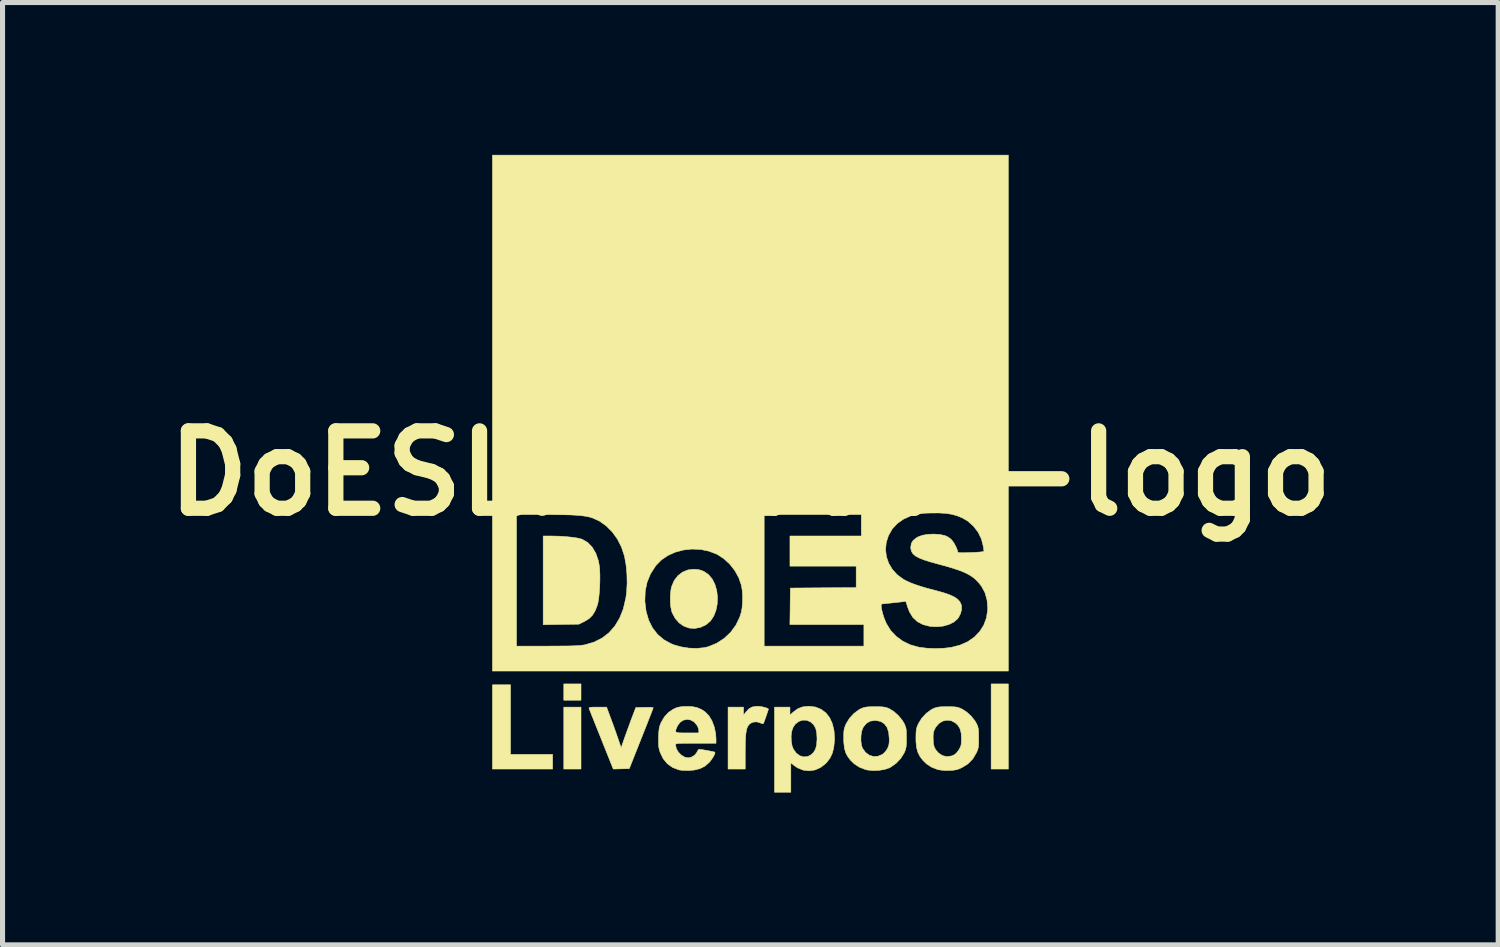
<source format=kicad_pcb>
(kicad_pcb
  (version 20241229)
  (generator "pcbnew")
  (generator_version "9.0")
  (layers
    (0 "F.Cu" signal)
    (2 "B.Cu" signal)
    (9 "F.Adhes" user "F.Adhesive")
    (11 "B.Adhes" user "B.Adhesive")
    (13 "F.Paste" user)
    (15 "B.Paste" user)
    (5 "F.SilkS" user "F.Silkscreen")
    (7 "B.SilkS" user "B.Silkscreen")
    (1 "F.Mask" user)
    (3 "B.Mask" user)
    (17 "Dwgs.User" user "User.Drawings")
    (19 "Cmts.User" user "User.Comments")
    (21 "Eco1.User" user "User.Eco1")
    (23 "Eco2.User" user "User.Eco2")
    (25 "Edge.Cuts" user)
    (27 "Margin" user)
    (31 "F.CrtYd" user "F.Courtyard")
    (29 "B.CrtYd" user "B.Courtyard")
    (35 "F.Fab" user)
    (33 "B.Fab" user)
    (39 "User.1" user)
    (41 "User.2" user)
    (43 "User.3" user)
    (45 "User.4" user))
  (footprint "DoESLiverpool-logo"
    (layer "F.Cu")
    (at 11.728 6.27)
    (property "Reference" "DoESLiverpool-logo" (at 0 0 0) (layer "F.SilkS") (effects (font (size 1.524 1.524) (thickness 0.3))))
    (attr through_hole)
    (fp_poly (pts (xy -3.336 4.47) (xy -3.675 4.47) (xy -3.675 4.149) (xy -3.336 4.149) (xy -3.336 4.47)) (stroke (width 0.01) (type solid)) (fill yes) (layer "F.SilkS"))
    (fp_poly (pts (xy -3.336 5.825) (xy -3.675 5.825) (xy -3.675 4.606) (xy -3.336 4.606) (xy -3.336 5.825)) (stroke (width 0.01) (type solid)) (fill yes) (layer "F.SilkS"))
    (fp_poly (pts (xy 5.08 5.825) (xy 4.741 5.825) (xy 4.741 4.149) (xy 5.08 4.149) (xy 5.08 5.825)) (stroke (width 0.01) (type solid)) (fill yes) (layer "F.SilkS"))
    (fp_poly (pts (xy -4.724 5.537) (xy -3.895 5.537) (xy -3.895 5.825) (xy -5.08 5.825) (xy -5.08 4.166) (xy -4.724 4.166) (xy -4.724 5.537)) (stroke (width 0.01) (type solid)) (fill yes) (layer "F.SilkS"))
    (fp_poly (pts (xy -3.924 1.236) (xy -3.773 1.239) (xy -3.631 1.248) (xy -3.506 1.261) (xy -3.401 1.277) (xy -3.323 1.297) (xy -3.304 1.305) (xy -3.2 1.367) (xy -3.114 1.458) (xy -3.045 1.575) (xy -2.996 1.716) (xy -2.977 1.812) (xy -2.968 1.895) (xy -2.964 1.999) (xy -2.964 2.116) (xy -2.968 2.237) (xy -2.976 2.355) (xy -2.987 2.461) (xy -3.001 2.547) (xy -3.012 2.592) (xy -3.056 2.706) (xy -3.108 2.793) (xy -3.174 2.86) (xy -3.258 2.913) (xy -3.265 2.916) (xy -3.377 2.972) (xy -4.081 2.983) (xy -4.081 1.236) (xy -3.924 1.236)) (stroke (width 0.01) (type solid)) (fill yes) (layer "F.SilkS"))
    (fp_poly (pts (xy -1.01 1.9) (xy -0.92 1.931) (xy -0.836 1.988) (xy -0.823 1.999) (xy -0.751 2.083) (xy -0.698 2.19) (xy -0.663 2.311) (xy -0.648 2.441) (xy -0.653 2.572) (xy -0.678 2.698) (xy -0.722 2.813) (xy -0.787 2.91) (xy -0.791 2.914) (xy -0.878 2.986) (xy -0.982 3.034) (xy -1.096 3.056) (xy -1.204 3.049) (xy -1.309 3.012) (xy -1.403 2.947) (xy -1.481 2.858) (xy -1.538 2.753) (xy -1.552 2.711) (xy -1.57 2.62) (xy -1.578 2.51) (xy -1.576 2.395) (xy -1.564 2.289) (xy -1.551 2.231) (xy -1.502 2.115) (xy -1.43 2.02) (xy -1.338 1.948) (xy -1.231 1.904) (xy -1.118 1.89) (xy -1.01 1.9)) (stroke (width 0.01) (type solid)) (fill yes) (layer "F.SilkS"))
    (fp_poly (pts (xy 0.192 4.593) (xy 0.25 4.603) (xy 0.302 4.617) (xy 0.341 4.632) (xy 0.356 4.645) (xy 0.35 4.663) (xy 0.337 4.703) (xy 0.319 4.757) (xy 0.299 4.815) (xy 0.28 4.867) (xy 0.266 4.905) (xy 0.263 4.914) (xy 0.251 4.933) (xy 0.232 4.933) (xy 0.202 4.919) (xy 0.13 4.896) (xy 0.057 4.9) (xy -0.005 4.928) (xy -0.006 4.929) (xy -0.035 4.958) (xy -0.058 4.997) (xy -0.076 5.049) (xy -0.088 5.12) (xy -0.096 5.212) (xy -0.1 5.329) (xy -0.102 5.476) (xy -0.102 5.481) (xy -0.102 5.825) (xy -0.44 5.825) (xy -0.44 4.606) (xy -0.135 4.606) (xy -0.135 4.764) (xy -0.089 4.703) (xy -0.029 4.639) (xy 0.035 4.603) (xy 0.115 4.59) (xy 0.14 4.589) (xy 0.192 4.593)) (stroke (width 0.01) (type solid)) (fill yes) (layer "F.SilkS"))
    (fp_poly (pts (xy -2.743 4.847) (xy -2.705 4.948) (xy -2.667 5.054) (xy -2.632 5.154) (xy -2.604 5.235) (xy -2.6 5.247) (xy -2.546 5.406) (xy -2.476 5.205) (xy -2.439 5.102) (xy -2.396 4.985) (xy -2.355 4.872) (xy -2.331 4.809) (xy -2.257 4.614) (xy -2.085 4.61) (xy -2.014 4.609) (xy -1.957 4.61) (xy -1.922 4.614) (xy -1.914 4.618) (xy -1.92 4.636) (xy -1.937 4.682) (xy -1.964 4.753) (xy -2 4.844) (xy -2.042 4.953) (xy -2.091 5.075) (xy -2.143 5.208) (xy -2.15 5.224) (xy -2.385 5.817) (xy -2.543 5.821) (xy -2.701 5.825) (xy -2.933 5.245) (xy -2.986 5.112) (xy -3.036 4.988) (xy -3.08 4.877) (xy -3.118 4.783) (xy -3.147 4.709) (xy -3.167 4.658) (xy -3.176 4.636) (xy -3.176 4.636) (xy -3.178 4.622) (xy -3.169 4.614) (xy -3.143 4.609) (xy -3.096 4.606) (xy -3.02 4.606) (xy -3.01 4.606) (xy -2.832 4.606) (xy -2.743 4.847)) (stroke (width 0.01) (type solid)) (fill yes) (layer "F.SilkS"))
    (fp_poly (pts (xy 1.281 4.604) (xy 1.391 4.648) (xy 1.485 4.718) (xy 1.56 4.813) (xy 1.614 4.931) (xy 1.647 5.069) (xy 1.657 5.225) (xy 1.655 5.266) (xy 1.641 5.404) (xy 1.612 5.517) (xy 1.566 5.612) (xy 1.501 5.697) (xy 1.483 5.716) (xy 1.383 5.794) (xy 1.273 5.843) (xy 1.158 5.86) (xy 1.043 5.847) (xy 0.931 5.803) (xy 0.865 5.758) (xy 0.796 5.704) (xy 0.796 6.282) (xy 0.474 6.282) (xy 0.474 5.175) (xy 0.802 5.175) (xy 0.805 5.276) (xy 0.821 5.369) (xy 0.847 5.435) (xy 0.905 5.513) (xy 0.974 5.564) (xy 1.049 5.586) (xy 1.127 5.579) (xy 1.186 5.55) (xy 1.243 5.499) (xy 1.282 5.434) (xy 1.304 5.35) (xy 1.312 5.241) (xy 1.312 5.224) (xy 1.306 5.111) (xy 1.286 5.024) (xy 1.249 4.957) (xy 1.194 4.904) (xy 1.186 4.898) (xy 1.109 4.864) (xy 1.029 4.862) (xy 0.953 4.887) (xy 0.885 4.939) (xy 0.84 5.004) (xy 0.814 5.081) (xy 0.802 5.175) (xy 0.474 5.175) (xy 0.474 4.606) (xy 0.779 4.606) (xy 0.779 4.761) (xy 0.854 4.695) (xy 0.938 4.635) (xy 1.029 4.601) (xy 1.138 4.589) (xy 1.155 4.589) (xy 1.281 4.604)) (stroke (width 0.01) (type solid)) (fill yes) (layer "F.SilkS"))
    (fp_poly (pts (xy 2.546 4.598) (xy 2.612 4.602) (xy 2.661 4.61) (xy 2.703 4.623) (xy 2.73 4.634) (xy 2.823 4.691) (xy 2.912 4.77) (xy 2.988 4.861) (xy 3.027 4.925) (xy 3.047 4.97) (xy 3.061 5.01) (xy 3.069 5.055) (xy 3.072 5.113) (xy 3.073 5.193) (xy 3.073 5.215) (xy 3.073 5.303) (xy 3.069 5.367) (xy 3.062 5.414) (xy 3.05 5.456) (xy 3.031 5.501) (xy 3.028 5.507) (xy 2.961 5.616) (xy 2.869 5.712) (xy 2.763 5.787) (xy 2.73 5.804) (xy 2.639 5.834) (xy 2.53 5.851) (xy 2.416 5.855) (xy 2.311 5.845) (xy 2.269 5.836) (xy 2.147 5.789) (xy 2.047 5.724) (xy 1.976 5.656) (xy 1.918 5.581) (xy 1.877 5.504) (xy 1.852 5.415) (xy 1.84 5.308) (xy 1.838 5.261) (xy 2.176 5.261) (xy 2.185 5.346) (xy 2.205 5.411) (xy 2.207 5.414) (xy 2.266 5.497) (xy 2.34 5.552) (xy 2.424 5.578) (xy 2.512 5.573) (xy 2.6 5.537) (xy 2.6 5.537) (xy 2.64 5.502) (xy 2.68 5.453) (xy 2.693 5.432) (xy 2.715 5.387) (xy 2.728 5.342) (xy 2.734 5.283) (xy 2.734 5.224) (xy 2.723 5.101) (xy 2.691 5.004) (xy 2.637 4.932) (xy 2.564 4.887) (xy 2.471 4.869) (xy 2.455 4.868) (xy 2.363 4.881) (xy 2.289 4.921) (xy 2.23 4.99) (xy 2.214 5.018) (xy 2.19 5.085) (xy 2.178 5.17) (xy 2.176 5.261) (xy 1.838 5.261) (xy 1.837 5.215) (xy 1.838 5.131) (xy 1.842 5.07) (xy 1.851 5.022) (xy 1.867 4.977) (xy 1.886 4.932) (xy 1.951 4.826) (xy 2.038 4.731) (xy 2.139 4.656) (xy 2.181 4.634) (xy 2.222 4.618) (xy 2.266 4.607) (xy 2.32 4.6) (xy 2.394 4.598) (xy 2.455 4.597) (xy 2.546 4.598)) (stroke (width 0.01) (type solid)) (fill yes) (layer "F.SilkS"))
    (fp_poly (pts (xy 3.965 4.598) (xy 4.027 4.601) (xy 4.074 4.608) (xy 4.114 4.62) (xy 4.157 4.639) (xy 4.168 4.644) (xy 4.26 4.703) (xy 4.348 4.784) (xy 4.422 4.876) (xy 4.459 4.941) (xy 4.476 4.982) (xy 4.487 5.026) (xy 4.493 5.08) (xy 4.495 5.154) (xy 4.496 5.215) (xy 4.495 5.303) (xy 4.492 5.367) (xy 4.485 5.415) (xy 4.472 5.456) (xy 4.453 5.501) (xy 4.451 5.505) (xy 4.378 5.627) (xy 4.283 5.724) (xy 4.17 5.794) (xy 4.107 5.823) (xy 4.052 5.84) (xy 3.99 5.849) (xy 3.914 5.853) (xy 3.828 5.853) (xy 3.749 5.846) (xy 3.691 5.836) (xy 3.568 5.788) (xy 3.467 5.722) (xy 3.402 5.659) (xy 3.341 5.58) (xy 3.299 5.498) (xy 3.273 5.403) (xy 3.261 5.288) (xy 3.26 5.222) (xy 3.599 5.222) (xy 3.599 5.224) (xy 3.604 5.318) (xy 3.62 5.389) (xy 3.65 5.447) (xy 3.699 5.503) (xy 3.704 5.508) (xy 3.781 5.56) (xy 3.867 5.58) (xy 3.959 5.568) (xy 4.016 5.544) (xy 4.051 5.516) (xy 4.09 5.47) (xy 4.11 5.44) (xy 4.135 5.393) (xy 4.149 5.35) (xy 4.155 5.297) (xy 4.157 5.224) (xy 4.15 5.114) (xy 4.127 5.029) (xy 4.085 4.962) (xy 4.036 4.916) (xy 3.956 4.874) (xy 3.871 4.863) (xy 3.788 4.881) (xy 3.713 4.927) (xy 3.65 5) (xy 3.646 5.008) (xy 3.621 5.055) (xy 3.607 5.097) (xy 3.6 5.149) (xy 3.599 5.222) (xy 3.26 5.222) (xy 3.26 5.215) (xy 3.261 5.131) (xy 3.265 5.07) (xy 3.273 5.022) (xy 3.289 4.977) (xy 3.308 4.932) (xy 3.373 4.826) (xy 3.46 4.731) (xy 3.561 4.656) (xy 3.603 4.634) (xy 3.645 4.618) (xy 3.688 4.607) (xy 3.742 4.6) (xy 3.816 4.598) (xy 3.878 4.597) (xy 3.965 4.598)) (stroke (width 0.01) (type solid)) (fill yes) (layer "F.SilkS"))
    (fp_poly (pts (xy -1.158 4.594) (xy -1.052 4.614) (xy -0.958 4.655) (xy -0.891 4.7) (xy -0.818 4.775) (xy -0.757 4.876) (xy -0.712 4.995) (xy -0.684 5.127) (xy -0.677 5.235) (xy -0.677 5.317) (xy -1.075 5.317) (xy -1.201 5.317) (xy -1.297 5.318) (xy -1.368 5.319) (xy -1.416 5.321) (xy -1.447 5.325) (xy -1.464 5.331) (xy -1.471 5.339) (xy -1.473 5.349) (xy -1.473 5.354) (xy -1.458 5.426) (xy -1.417 5.494) (xy -1.359 5.552) (xy -1.291 5.592) (xy -1.225 5.605) (xy -1.159 5.59) (xy -1.097 5.551) (xy -1.054 5.497) (xy -1.051 5.488) (xy -1.031 5.453) (xy -1.011 5.436) (xy -1.01 5.436) (xy -0.982 5.439) (xy -0.933 5.446) (xy -0.872 5.456) (xy -0.81 5.468) (xy -0.754 5.479) (xy -0.714 5.488) (xy -0.699 5.493) (xy -0.699 5.515) (xy -0.715 5.555) (xy -0.744 5.605) (xy -0.781 5.658) (xy -0.812 5.695) (xy -0.895 5.768) (xy -0.992 5.817) (xy -1.107 5.845) (xy -1.202 5.853) (xy -1.278 5.853) (xy -1.349 5.85) (xy -1.402 5.843) (xy -1.41 5.841) (xy -1.532 5.794) (xy -1.636 5.72) (xy -1.718 5.62) (xy -1.777 5.499) (xy -1.779 5.492) (xy -1.796 5.436) (xy -1.806 5.382) (xy -1.81 5.322) (xy -1.81 5.243) (xy -1.809 5.193) (xy -1.805 5.102) (xy -1.801 5.069) (xy -1.473 5.069) (xy -1.469 5.092) (xy -1.445 5.105) (xy -1.399 5.112) (xy -1.325 5.114) (xy -1.245 5.114) (xy -1.016 5.114) (xy -1.016 5.067) (xy -1.025 5.021) (xy -1.047 4.971) (xy -1.05 4.966) (xy -1.107 4.898) (xy -1.176 4.859) (xy -1.249 4.847) (xy -1.322 4.863) (xy -1.386 4.906) (xy -1.436 4.975) (xy -1.44 4.984) (xy -1.462 5.034) (xy -1.473 5.069) (xy -1.801 5.069) (xy -1.798 5.035) (xy -1.787 4.983) (xy -1.77 4.935) (xy -1.759 4.91) (xy -1.694 4.798) (xy -1.614 4.711) (xy -1.521 4.648) (xy -1.467 4.622) (xy -1.414 4.606) (xy -1.351 4.596) (xy -1.285 4.592) (xy -1.158 4.594)) (stroke (width 0.01) (type solid)) (fill yes) (layer "F.SilkS"))
    (fp_poly (pts (xy 5.08 3.895) (xy -5.08 3.895) (xy -5.08 0.813) (xy -4.606 0.813) (xy -4.606 3.404) (xy -3.996 3.404) (xy -3.823 3.403) (xy -3.681 3.402) (xy -3.565 3.401) (xy -3.471 3.398) (xy -3.396 3.394) (xy -3.336 3.389) (xy -3.287 3.383) (xy -3.255 3.377) (xy -3.078 3.325) (xy -2.921 3.246) (xy -2.785 3.141) (xy -2.67 3.01) (xy -2.576 2.854) (xy -2.504 2.674) (xy -2.465 2.509) (xy -2.078 2.509) (xy -2.077 2.534) (xy -2.053 2.724) (xy -2.003 2.895) (xy -1.928 3.045) (xy -1.829 3.173) (xy -1.705 3.278) (xy -1.559 3.358) (xy -1.507 3.379) (xy -1.361 3.42) (xy -1.206 3.444) (xy -1.053 3.449) (xy -0.911 3.435) (xy -0.83 3.416) (xy -0.664 3.348) (xy -0.517 3.252) (xy -0.39 3.133) (xy -0.286 2.992) (xy -0.209 2.832) (xy -0.179 2.735) (xy -0.163 2.644) (xy -0.155 2.533) (xy -0.154 2.414) (xy -0.162 2.3) (xy -0.178 2.205) (xy -0.228 2.059) (xy -0.306 1.918) (xy -0.406 1.79) (xy -0.523 1.682) (xy -0.651 1.599) (xy -0.66 1.594) (xy -0.818 1.534) (xy -0.984 1.5) (xy -1.152 1.493) (xy -1.317 1.511) (xy -1.476 1.553) (xy -1.622 1.618) (xy -1.752 1.706) (xy -1.86 1.816) (xy -1.868 1.827) (xy -1.967 1.981) (xy -2.034 2.144) (xy -2.071 2.319) (xy -2.078 2.509) (xy -2.465 2.509) (xy -2.455 2.47) (xy -2.437 2.334) (xy -2.428 2.164) (xy -2.432 1.983) (xy -2.449 1.804) (xy -2.478 1.643) (xy -2.482 1.626) (xy -2.539 1.454) (xy -2.619 1.296) (xy -2.72 1.156) (xy -2.839 1.037) (xy -2.971 0.943) (xy -3.104 0.882) (xy -3.166 0.863) (xy -3.238 0.848) (xy -3.324 0.836) (xy -3.427 0.827) (xy -3.551 0.82) (xy -3.698 0.816) (xy -3.873 0.814) (xy -4.063 0.813) (xy 0.271 0.813) (xy 0.271 3.404) (xy 2.235 3.404) (xy 2.235 2.98) (xy 0.778 2.98) (xy 0.783 2.62) (xy 0.783 2.589) (xy 2.576 2.589) (xy 2.576 2.629) (xy 2.586 2.688) (xy 2.604 2.759) (xy 2.628 2.837) (xy 2.658 2.915) (xy 2.678 2.959) (xy 2.76 3.094) (xy 2.869 3.21) (xy 3 3.306) (xy 3.15 3.379) (xy 3.316 3.425) (xy 3.327 3.427) (xy 3.479 3.446) (xy 3.646 3.452) (xy 3.813 3.446) (xy 3.956 3.429) (xy 4.127 3.385) (xy 4.279 3.318) (xy 4.409 3.228) (xy 4.515 3.118) (xy 4.596 2.991) (xy 4.649 2.848) (xy 4.672 2.692) (xy 4.673 2.655) (xy 4.66 2.495) (xy 4.62 2.352) (xy 4.55 2.224) (xy 4.484 2.141) (xy 4.429 2.086) (xy 4.368 2.038) (xy 4.298 1.994) (xy 4.215 1.953) (xy 4.114 1.913) (xy 3.992 1.872) (xy 3.844 1.828) (xy 3.689 1.786) (xy 3.537 1.744) (xy 3.415 1.705) (xy 3.321 1.667) (xy 3.251 1.629) (xy 3.203 1.588) (xy 3.174 1.542) (xy 3.16 1.491) (xy 3.158 1.456) (xy 3.169 1.383) (xy 3.204 1.324) (xy 3.268 1.273) (xy 3.307 1.251) (xy 3.391 1.221) (xy 3.496 1.203) (xy 3.611 1.198) (xy 3.724 1.205) (xy 3.825 1.226) (xy 3.852 1.236) (xy 3.9 1.261) (xy 3.948 1.297) (xy 3.952 1.301) (xy 3.987 1.342) (xy 4.023 1.399) (xy 4.054 1.46) (xy 4.075 1.514) (xy 4.081 1.543) (xy 4.084 1.554) (xy 4.099 1.561) (xy 4.13 1.565) (xy 4.182 1.566) (xy 4.262 1.564) (xy 4.288 1.563) (xy 4.374 1.56) (xy 4.452 1.556) (xy 4.513 1.552) (xy 4.548 1.548) (xy 4.6 1.54) (xy 4.586 1.437) (xy 4.55 1.296) (xy 4.485 1.162) (xy 4.394 1.043) (xy 4.283 0.944) (xy 4.183 0.884) (xy 4.079 0.84) (xy 3.97 0.809) (xy 3.85 0.79) (xy 3.711 0.782) (xy 3.548 0.783) (xy 3.443 0.786) (xy 3.363 0.791) (xy 3.301 0.799) (xy 3.247 0.81) (xy 3.194 0.826) (xy 3.167 0.835) (xy 3.016 0.903) (xy 2.892 0.99) (xy 2.794 1.096) (xy 2.793 1.098) (xy 2.718 1.229) (xy 2.675 1.366) (xy 2.662 1.504) (xy 2.678 1.641) (xy 2.723 1.772) (xy 2.795 1.893) (xy 2.893 2.001) (xy 3.017 2.091) (xy 3.064 2.116) (xy 3.144 2.153) (xy 3.236 2.189) (xy 3.345 2.225) (xy 3.475 2.264) (xy 3.634 2.306) (xy 3.658 2.312) (xy 3.805 2.353) (xy 3.922 2.393) (xy 4.012 2.434) (xy 4.077 2.478) (xy 4.122 2.526) (xy 4.15 2.582) (xy 4.157 2.609) (xy 4.159 2.681) (xy 4.139 2.762) (xy 4.1 2.839) (xy 4.08 2.866) (xy 4.007 2.93) (xy 3.91 2.978) (xy 3.796 3.01) (xy 3.671 3.023) (xy 3.542 3.016) (xy 3.533 3.014) (xy 3.399 2.98) (xy 3.288 2.922) (xy 3.2 2.84) (xy 3.133 2.73) (xy 3.097 2.637) (xy 3.061 2.522) (xy 2.983 2.532) (xy 2.922 2.539) (xy 2.849 2.547) (xy 2.772 2.555) (xy 2.699 2.563) (xy 2.639 2.569) (xy 2.598 2.573) (xy 2.587 2.574) (xy 2.576 2.589) (xy 0.783 2.589) (xy 0.787 2.261) (xy 1.435 2.256) (xy 2.083 2.252) (xy 2.083 1.829) (xy 0.779 1.829) (xy 0.779 1.236) (xy 2.184 1.236) (xy 2.184 0.813) (xy 0.271 0.813) (xy -4.063 0.813) (xy -4.606 0.813) (xy -5.08 0.813) (xy -5.08 -6.265) (xy 5.08 -6.265) (xy 5.08 3.895)) (stroke (width 0.01) (type solid)) (fill yes) (layer "F.SilkS")))
  (gr_rect
    (start -3 -3)
    (end 26.455 15.558)
    (stroke (width 0.1) (type default))
    (fill no)
    (layer "Edge.Cuts")))
</source>
